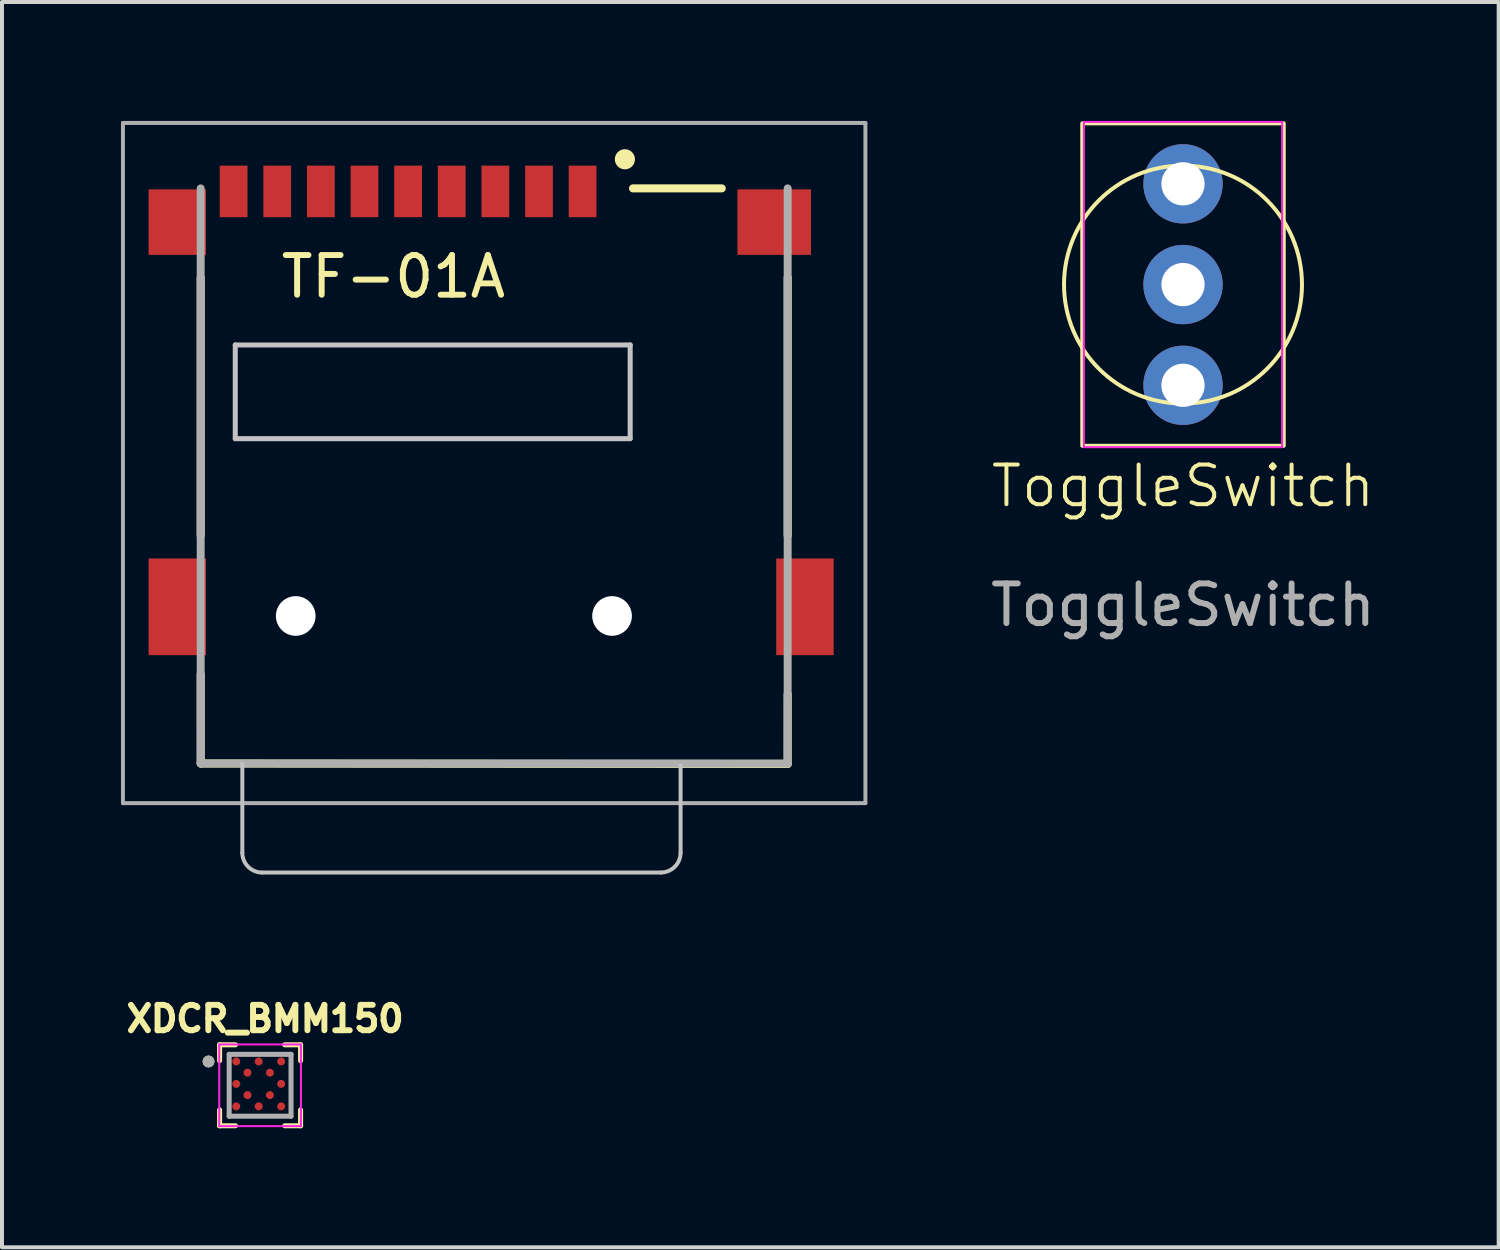
<source format=kicad_pcb>
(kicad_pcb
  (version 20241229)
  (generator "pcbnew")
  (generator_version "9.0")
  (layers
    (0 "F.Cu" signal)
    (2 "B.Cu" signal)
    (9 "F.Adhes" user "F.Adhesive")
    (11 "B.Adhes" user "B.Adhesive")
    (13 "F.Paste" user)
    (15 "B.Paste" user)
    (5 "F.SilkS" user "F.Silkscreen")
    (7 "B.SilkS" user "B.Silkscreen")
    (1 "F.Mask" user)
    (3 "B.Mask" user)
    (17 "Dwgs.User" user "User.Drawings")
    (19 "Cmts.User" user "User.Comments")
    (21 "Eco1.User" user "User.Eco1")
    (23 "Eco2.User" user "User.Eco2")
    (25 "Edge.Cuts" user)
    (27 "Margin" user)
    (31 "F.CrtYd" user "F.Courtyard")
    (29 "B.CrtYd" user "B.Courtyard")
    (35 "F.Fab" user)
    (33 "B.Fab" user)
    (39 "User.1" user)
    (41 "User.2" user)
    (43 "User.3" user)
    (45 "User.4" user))
  (footprint "TF-01A"
    (layer "F.Cu")
    (at 9.41 8.95)
    (property "Reference" "TF-01A" (at -2.54 -5.024 0) (layer "F.SilkS") (effects (font (size 1 1) (thickness 0.15))))
    (attr smd)
    (fp_line (start -7.4 -5) (end -7.4 1.5) (stroke (width 0.203) (type solid)) (layer "F.SilkS"))
    (fp_line (start -7.4 5) (end -7.399 7.25) (stroke (width 0.203) (type solid)) (layer "F.SilkS"))
    (fp_line (start -7.399 7.25) (end 7.399 7.263) (stroke (width 0.203) (type solid)) (layer "F.SilkS"))
    (fp_line (start 3.5 -7.25) (end 5.738 -7.25) (stroke (width 0.203) (type solid)) (layer "F.SilkS"))
    (fp_line (start 7.399 7.263) (end 7.4 5.5) (stroke (width 0.203) (type solid)) (layer "F.SilkS"))
    (fp_line (start 7.4 1.5) (end 7.4 -5) (stroke (width 0.203) (type solid)) (layer "F.SilkS"))
    (fp_circle (center 3.296 -7.984) (end 3.55 -7.984) (stroke (width 0) (type solid)) (fill yes) (layer "F.SilkS"))
    (fp_line (start -6.528 -3.302) (end -6.528 -0.94) (stroke (width 0.127) (type solid)) (layer "Dwgs.User"))
    (fp_line (start -6.528 -0.94) (end 3.429 -0.94) (stroke (width 0.127) (type solid)) (layer "Dwgs.User"))
    (fp_line (start -6.35 9.5) (end -6.35 7.25) (stroke (width 0.1) (type default)) (layer "Dwgs.User"))
    (fp_line (start -5.85 10) (end 4.2 10) (stroke (width 0.1) (type default)) (layer "Dwgs.User"))
    (fp_line (start 3.429 -3.302) (end -6.528 -3.302) (stroke (width 0.127) (type solid)) (layer "Dwgs.User"))
    (fp_line (start 3.429 -0.94) (end 3.429 -3.302) (stroke (width 0.127) (type solid)) (layer "Dwgs.User"))
    (fp_line (start 4.7 9.5) (end 4.7 7.3) (stroke (width 0.1) (type default)) (layer "Dwgs.User"))
    (fp_arc (start -5.85 10) (mid -6.203553 9.853553) (end -6.35 9.5) (stroke (width 0.1) (type default)) (layer "Dwgs.User"))
    (fp_arc (start 4.7 9.5) (mid 4.553553 9.853553) (end 4.2 10) (stroke (width 0.1) (type default)) (layer "Dwgs.User"))
    (fp_line (start -9.36 -8.9) (end 9.36 -8.9) (stroke (width 0.1) (type solid)) (layer "F.Fab"))
    (fp_line (start -9.36 8.25) (end -9.36 -8.9) (stroke (width 0.1) (type solid)) (layer "F.Fab"))
    (fp_line (start -7.4 7.25) (end -7.4 -7.25) (stroke (width 0.2) (type solid)) (layer "F.Fab"))
    (fp_line (start 7.4 -7.25) (end 7.4 7.25) (stroke (width 0.2) (type solid)) (layer "F.Fab"))
    (fp_line (start 7.4 7.25) (end -7.4 7.25) (stroke (width 0.2) (type solid)) (layer "F.Fab"))
    (fp_line (start 9.36 -8.9) (end 9.36 8.25) (stroke (width 0.1) (type solid)) (layer "F.Fab"))
    (fp_line (start 9.36 8.25) (end -9.36 8.25) (stroke (width 0.1) (type solid)) (layer "F.Fab"))
    (pad "" np_thru_hole circle (at -5.004 3.531) (size 1 1) (drill 1) (layers "*.Cu" "*.Mask"))
    (pad "" np_thru_hole circle (at 2.972 3.531) (size 1 1) (drill 1) (layers "*.Cu" "*.Mask"))
    (pad "1" smd rect (at 2.23 -7.174 90) (size 1.3 0.7) (layers "F.Cu" "F.Mask" "F.Paste"))
    (pad "2" smd rect (at 1.13 -7.174 90) (size 1.3 0.7) (layers "F.Cu" "F.Mask" "F.Paste"))
    (pad "3" smd rect (at 0.03 -7.174 90) (size 1.3 0.7) (layers "F.Cu" "F.Mask" "F.Paste"))
    (pad "4" smd rect (at -1.07 -7.174 90) (size 1.3 0.7) (layers "F.Cu" "F.Mask" "F.Paste"))
    (pad "5" smd rect (at -2.17 -7.174 90) (size 1.3 0.7) (layers "F.Cu" "F.Mask" "F.Paste"))
    (pad "6" smd rect (at -3.27 -7.174 90) (size 1.3 0.7) (layers "F.Cu" "F.Mask" "F.Paste"))
    (pad "7" smd rect (at -4.37 -7.174 90) (size 1.3 0.7) (layers "F.Cu" "F.Mask" "F.Paste"))
    (pad "8" smd rect (at -5.47 -7.174 90) (size 1.3 0.7) (layers "F.Cu" "F.Mask" "F.Paste"))
    (pad "CD1" smd rect (at -6.57 -7.174 90) (size 1.3 0.7) (layers "F.Cu" "F.Mask" "F.Paste"))
    (pad "MP1" smd rect (at -7.989 -6.4 90) (size 1.651 1.448) (layers "F.Cu" "F.Mask" "F.Paste"))
    (pad "MP2" smd rect (at -7.989 3.3 90) (size 2.438 1.448) (layers "F.Cu" "F.Mask" "F.Paste"))
    (pad "MP3" smd rect (at 7.836 3.3 90) (size 2.438 1.448) (layers "F.Cu" "F.Mask" "F.Paste"))
    (pad "MP4" smd rect (at 7.061 -6.4 90) (size 1.651 1.854) (layers "F.Cu" "F.Mask" "F.Paste")))
  (footprint "XDCR_BMM150"
    (layer "F.Cu")
    (at 3.508 24.314)
    (property "Reference" "XDCR_BMM150" (at 0.127 -1.676 0) (layer "F.SilkS") (effects (font (size 0.64 0.64) (thickness 0.15))))
    (attr smd)
    (fp_line (start -1.021 -1.021) (end -1.021 -0.62) (stroke (width 0.127) (type solid)) (layer "F.SilkS"))
    (fp_line (start -1.021 1.021) (end -1.021 0.62) (stroke (width 0.127) (type solid)) (layer "F.SilkS"))
    (fp_line (start -0.62 -1.021) (end -1.021 -1.021) (stroke (width 0.127) (type solid)) (layer "F.SilkS"))
    (fp_line (start -0.62 1.021) (end -1.021 1.021) (stroke (width 0.127) (type solid)) (layer "F.SilkS"))
    (fp_line (start 0.62 -1.021) (end 1.021 -1.021) (stroke (width 0.127) (type solid)) (layer "F.SilkS"))
    (fp_line (start 0.62 1.021) (end 1.021 1.021) (stroke (width 0.127) (type solid)) (layer "F.SilkS"))
    (fp_line (start 1.021 -1.021) (end 1.021 -0.62) (stroke (width 0.127) (type solid)) (layer "F.SilkS"))
    (fp_line (start 1.021 1.021) (end 1.021 0.62) (stroke (width 0.127) (type solid)) (layer "F.SilkS"))
    (fp_circle (center -1.3 -0.6) (end -1.225 -0.6) (stroke (width 0.15) (type solid)) (fill no) (layer "F.SilkS"))
    (fp_line (start -1.03 -1.03) (end -1.03 1.03) (stroke (width 0.05) (type solid)) (layer "F.CrtYd"))
    (fp_line (start -1.03 1.03) (end 1.03 1.03) (stroke (width 0.05) (type solid)) (layer "F.CrtYd"))
    (fp_line (start 1.03 -1.03) (end -1.03 -1.03) (stroke (width 0.05) (type solid)) (layer "F.CrtYd"))
    (fp_line (start 1.03 1.03) (end 1.03 -1.03) (stroke (width 0.05) (type solid)) (layer "F.CrtYd"))
    (fp_line (start -0.78 -0.78) (end -0.78 0.78) (stroke (width 0.127) (type solid)) (layer "F.Fab"))
    (fp_line (start -0.78 0.78) (end 0.78 0.78) (stroke (width 0.127) (type solid)) (layer "F.Fab"))
    (fp_line (start 0.78 -0.78) (end -0.78 -0.78) (stroke (width 0.127) (type solid)) (layer "F.Fab"))
    (fp_line (start 0.78 0.78) (end 0.78 -0.78) (stroke (width 0.127) (type solid)) (layer "F.Fab"))
    (fp_circle (center -1.3 -0.6) (end -1.225 -0.6) (stroke (width 0.15) (type solid)) (fill no) (layer "F.Fab"))
    (pad "A1" smd circle (at -0.601 -0.601) (size 0.2 0.2) (layers "F.Cu" "F.Mask" "F.Paste"))
    (pad "A3" smd circle (at -0.035 -0.601) (size 0.2 0.2) (layers "F.Cu" "F.Mask" "F.Paste"))
    (pad "A5" smd circle (at 0.531 -0.601) (size 0.2 0.2) (layers "F.Cu" "F.Mask" "F.Paste"))
    (pad "B2" smd circle (at -0.318 -0.318) (size 0.2 0.2) (layers "F.Cu" "F.Mask" "F.Paste"))
    (pad "B4" smd circle (at 0.248 -0.318) (size 0.2 0.2) (layers "F.Cu" "F.Mask" "F.Paste"))
    (pad "C1" smd circle (at -0.601 -0.035) (size 0.2 0.2) (layers "F.Cu" "F.Mask" "F.Paste"))
    (pad "C5" smd circle (at 0.531 -0.035) (size 0.2 0.2) (layers "F.Cu" "F.Mask" "F.Paste"))
    (pad "D2" smd circle (at -0.318 0.248) (size 0.2 0.2) (layers "F.Cu" "F.Mask" "F.Paste"))
    (pad "D4" smd circle (at 0.248 0.248) (size 0.2 0.2) (layers "F.Cu" "F.Mask" "F.Paste"))
    (pad "E1" smd circle (at -0.601 0.531) (size 0.2 0.2) (layers "F.Cu" "F.Mask" "F.Paste"))
    (pad "E3" smd circle (at -0.035 0.531) (size 0.2 0.2) (layers "F.Cu" "F.Mask" "F.Paste"))
    (pad "E5" smd circle (at 0.531 0.531) (size 0.2 0.2) (layers "F.Cu" "F.Mask" "F.Paste")))
  (footprint "ToggleSwitch"
    (layer "F.Cu")
    (at 26.778 4.125)
    (property "Reference" "ToggleSwitch" (at 0 5.08 0) (unlocked yes) (layer "F.SilkS") (effects (font (size 1 1) (thickness 0.1))))
    (attr through_hole)
    (fp_rect (start -2.54 -4.065) (end 2.54 4.065) (stroke (width 0.1) (type default)) (fill no) (layer "F.SilkS"))
    (fp_circle (center 0 0) (end 3 0) (stroke (width 0.1) (type default)) (fill no) (layer "F.SilkS"))
    (fp_rect (start -2.5 -4.1) (end 2.5 4.1) (stroke (width 0.05) (type default)) (fill no) (layer "F.CrtYd"))
    (fp_text user "${REFERENCE}" (at 0 8.08 0) (unlocked yes) (layer "F.Fab") (effects (font (size 1 1) (thickness 0.15))))
    (pad "1" thru_hole circle (at 0 -2.54) (size 2 2) (drill 1.09) (layers "*.Cu" "*.Mask"))
    (pad "2" thru_hole circle (at 0 0) (size 2 2) (drill 1.09) (layers "*.Cu" "*.Mask"))
    (pad "3" thru_hole circle (at 0 2.54) (size 2 2) (drill 1.09) (layers "*.Cu" "*.Mask")))
  (gr_rect
    (start -3 -3)
    (end 34.737 28.399)
    (stroke (width 0.1) (type default))
    (fill no)
    (layer "Edge.Cuts")))
</source>
